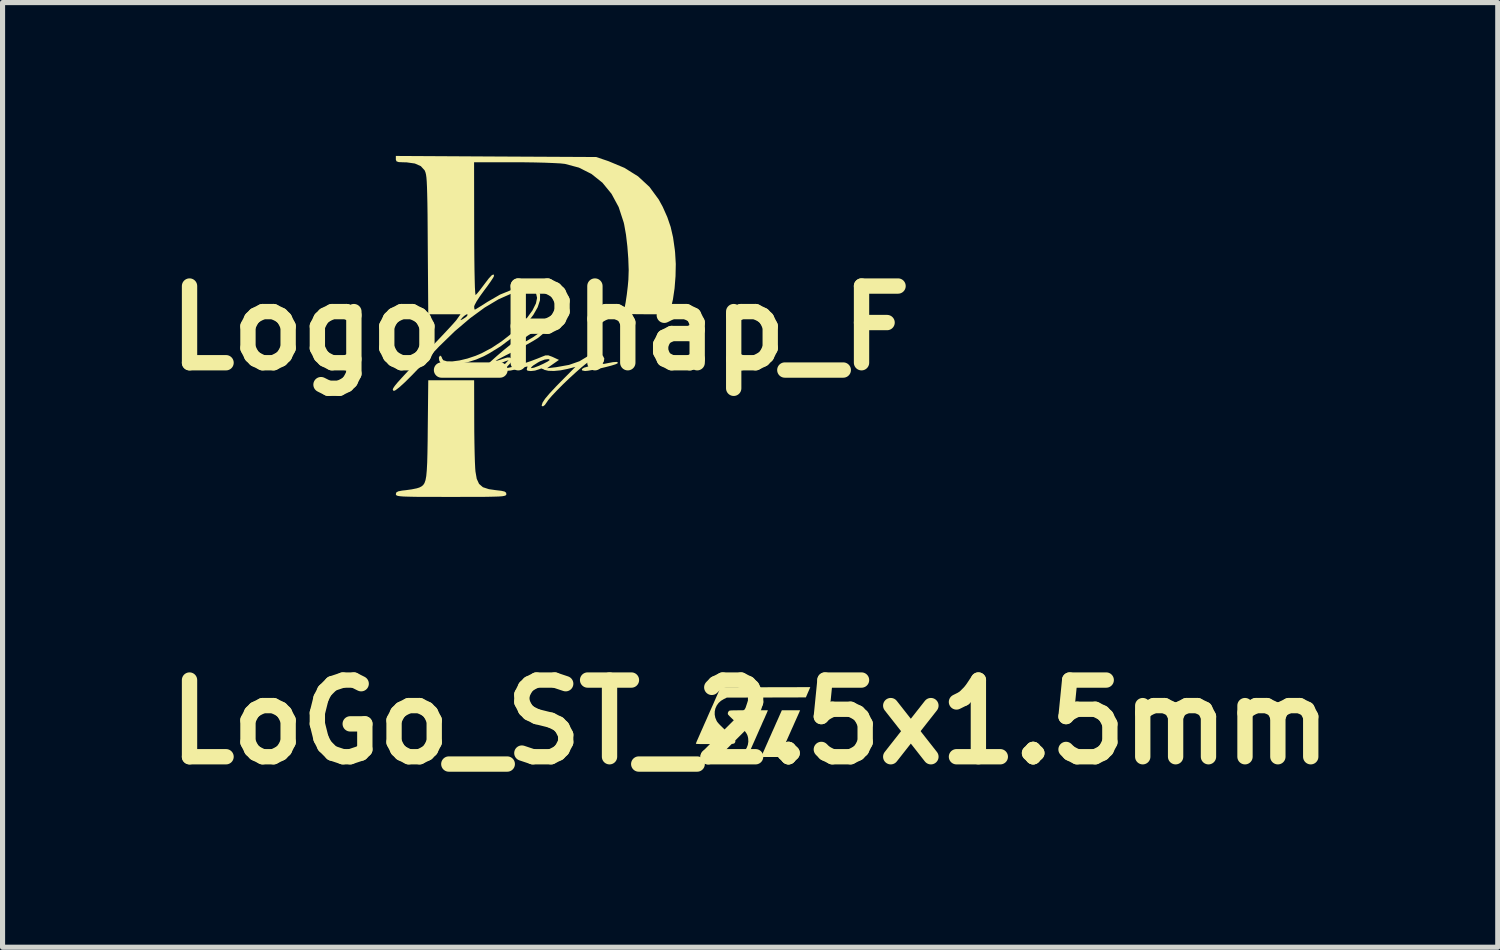
<source format=kicad_pcb>
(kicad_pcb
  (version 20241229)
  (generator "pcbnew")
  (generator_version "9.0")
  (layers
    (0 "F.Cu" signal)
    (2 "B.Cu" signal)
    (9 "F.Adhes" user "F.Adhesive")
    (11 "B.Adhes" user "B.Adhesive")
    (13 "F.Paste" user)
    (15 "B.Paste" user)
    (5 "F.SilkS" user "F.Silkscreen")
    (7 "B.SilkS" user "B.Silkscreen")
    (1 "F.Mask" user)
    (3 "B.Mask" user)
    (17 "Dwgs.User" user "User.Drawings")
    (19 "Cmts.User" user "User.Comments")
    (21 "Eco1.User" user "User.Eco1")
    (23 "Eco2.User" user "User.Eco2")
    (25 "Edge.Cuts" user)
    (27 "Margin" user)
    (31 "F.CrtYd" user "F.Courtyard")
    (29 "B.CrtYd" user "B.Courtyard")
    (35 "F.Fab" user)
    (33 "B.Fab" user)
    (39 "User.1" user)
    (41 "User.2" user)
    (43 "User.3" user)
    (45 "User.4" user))
  (footprint "LoGo_ST_2.5x1.5mm"
    (layer "F.Cu")
    (at 11.621 11.072)
    (property "Reference" "LoGo_ST_2.5x1.5mm" (at 0 0 0) (layer "F.SilkS") (effects (font (size 1.5 1.5) (thickness 0.3))))
    (attr board_only exclude_from_pos_files exclude_from_bom)
    (fp_poly (pts (xy 0.967 -0.207) (xy 0.963 -0.196) (xy 0.953 -0.173) (xy 0.938 -0.14) (xy 0.919 -0.097) (xy 0.896 -0.046) (xy 0.87 0.012) (xy 0.842 0.076) (xy 0.811 0.144) (xy 0.779 0.217) (xy 0.776 0.223) (xy 0.744 0.295) (xy 0.713 0.365) (xy 0.684 0.429) (xy 0.658 0.488) (xy 0.634 0.541) (xy 0.615 0.585) (xy 0.6 0.619) (xy 0.589 0.643) (xy 0.584 0.655) (xy 0.584 0.656) (xy 0.573 0.683) (xy 0.394 0.683) (xy 0.216 0.683) (xy 0.24 0.627) (xy 0.245 0.615) (xy 0.251 0.602) (xy 0.258 0.586) (xy 0.266 0.567) (xy 0.277 0.544) (xy 0.289 0.516) (xy 0.304 0.482) (xy 0.322 0.441) (xy 0.344 0.392) (xy 0.369 0.334) (xy 0.399 0.268) (xy 0.433 0.19) (xy 0.473 0.102) (xy 0.517 0.001) (xy 0.519 -0.002) (xy 0.62 -0.23) (xy 0.799 -0.23) (xy 0.977 -0.23)) (stroke (width 0) (type solid)) (fill yes) (layer "F.SilkS"))
    (fp_poly (pts (xy 0.341 -0.214) (xy 0.336 -0.202) (xy 0.327 -0.18) (xy 0.314 -0.15) (xy 0.298 -0.115) (xy 0.291 -0.097) (xy 0.268 -0.047) (xy 0.243 0.008) (xy 0.217 0.069) (xy 0.188 0.133) (xy 0.159 0.199) (xy 0.13 0.265) (xy 0.101 0.331) (xy 0.073 0.394) (xy 0.046 0.454) (xy 0.022 0.509) (xy 0.001 0.558) (xy -0.017 0.599) (xy -0.031 0.631) (xy -0.041 0.653) (xy -0.045 0.663) (xy -0.052 0.683) (xy -0.148 0.683) (xy -0.183 0.682) (xy -0.213 0.681) (xy -0.234 0.679) (xy -0.244 0.677) (xy -0.244 0.676) (xy -0.239 0.67) (xy -0.223 0.659) (xy -0.204 0.647) (xy -0.148 0.608) (xy -0.103 0.56) (xy -0.068 0.506) (xy -0.045 0.447) (xy -0.035 0.384) (xy -0.038 0.322) (xy -0.043 0.294) (xy -0.05 0.268) (xy -0.06 0.243) (xy -0.074 0.218) (xy -0.092 0.192) (xy -0.117 0.162) (xy -0.149 0.128) (xy -0.189 0.089) (xy -0.238 0.042) (xy -0.275 0.007) (xy -0.314 -0.03) (xy -0.35 -0.064) (xy -0.381 -0.094) (xy -0.406 -0.119) (xy -0.424 -0.138) (xy -0.432 -0.148) (xy -0.433 -0.149) (xy -0.437 -0.173) (xy -0.429 -0.198) (xy -0.415 -0.215) (xy -0.411 -0.219) (xy -0.407 -0.221) (xy -0.4 -0.224) (xy -0.39 -0.225) (xy -0.375 -0.227) (xy -0.354 -0.228) (xy -0.327 -0.229) (xy -0.291 -0.229) (xy -0.246 -0.23) (xy -0.191 -0.23) (xy -0.124 -0.23) (xy -0.044 -0.23) (xy -0.027 -0.23) (xy 0.346 -0.23)) (stroke (width 0) (type solid)) (fill yes) (layer "F.SilkS"))
    (fp_poly (pts (xy 1.133 -0.582) (xy 1.09 -0.482) (xy 0.317 -0.48) (xy -0.456 -0.478) (xy -0.512 -0.451) (xy -0.57 -0.416) (xy -0.618 -0.373) (xy -0.654 -0.322) (xy -0.679 -0.267) (xy -0.692 -0.208) (xy -0.693 -0.146) (xy -0.681 -0.084) (xy -0.655 -0.023) (xy -0.643 -0.003) (xy -0.631 0.011) (xy -0.611 0.035) (xy -0.582 0.065) (xy -0.546 0.1) (xy -0.505 0.14) (xy -0.461 0.183) (xy -0.458 0.185) (xy -0.409 0.231) (xy -0.37 0.269) (xy -0.34 0.299) (xy -0.317 0.323) (xy -0.302 0.342) (xy -0.293 0.358) (xy -0.289 0.37) (xy -0.289 0.381) (xy -0.293 0.392) (xy -0.295 0.397) (xy -0.299 0.404) (xy -0.304 0.41) (xy -0.309 0.416) (xy -0.317 0.42) (xy -0.329 0.423) (xy -0.346 0.426) (xy -0.37 0.428) (xy -0.4 0.429) (xy -0.439 0.43) (xy -0.488 0.43) (xy -0.547 0.431) (xy -0.619 0.431) (xy -0.696 0.431) (xy -0.778 0.431) (xy -0.847 0.431) (xy -0.904 0.431) (xy -0.95 0.431) (xy -0.986 0.43) (xy -1.013 0.429) (xy -1.033 0.428) (xy -1.047 0.427) (xy -1.055 0.425) (xy -1.059 0.423) (xy -1.061 0.421) (xy -1.06 0.418) (xy -1.06 0.416) (xy -1.058 0.411) (xy -1.053 0.4) (xy -1.046 0.383) (xy -1.036 0.359) (xy -1.022 0.328) (xy -1.005 0.289) (xy -0.984 0.241) (xy -0.959 0.184) (xy -0.929 0.117) (xy -0.895 0.039) (xy -0.855 -0.05) (xy -0.811 -0.151) (xy -0.776 -0.23) (xy -0.751 -0.287) (xy -0.723 -0.348) (xy -0.696 -0.411) (xy -0.67 -0.47) (xy -0.647 -0.522) (xy -0.638 -0.542) (xy -0.577 -0.679) (xy 0.3 -0.681) (xy 1.177 -0.683)) (stroke (width 0) (type solid)) (fill yes) (layer "F.SilkS")))
  (footprint "Logo_Phap_F"
    (layer "F.Cu")
    (at 7.514 3.366)
    (property "Reference" "Logo_Phap_F" (at 0 0 0) (layer "F.SilkS") (effects (font (size 1.5 1.5) (thickness 0.3))))
    (attr board_only exclude_from_pos_files exclude_from_bom)
    (fp_poly (pts (xy -1.289 1.809) (xy -1.288 2.034) (xy -1.285 2.25) (xy -1.281 2.447) (xy -1.276 2.614) (xy -1.27 2.741) (xy -1.265 2.804) (xy -1.24 2.949) (xy -1.194 3.049) (xy -1.119 3.113) (xy -1.003 3.151) (xy -0.871 3.17) (xy -0.759 3.183) (xy -0.695 3.198) (xy -0.666 3.22) (xy -0.661 3.246) (xy -0.663 3.261) (xy -0.674 3.273) (xy -0.699 3.282) (xy -0.744 3.29) (xy -0.815 3.295) (xy -0.917 3.298) (xy -1.056 3.301) (xy -1.239 3.302) (xy -1.471 3.302) (xy -1.741 3.303) (xy -2.025 3.302) (xy -2.254 3.302) (xy -2.434 3.301) (xy -2.572 3.298) (xy -2.672 3.295) (xy -2.742 3.289) (xy -2.786 3.282) (xy -2.81 3.272) (xy -2.82 3.26) (xy -2.822 3.247) (xy -2.813 3.215) (xy -2.776 3.194) (xy -2.7 3.179) (xy -2.627 3.171) (xy -2.513 3.155) (xy -2.414 3.135) (xy -2.36 3.118) (xy -2.32 3.097) (xy -2.288 3.071) (xy -2.262 3.032) (xy -2.242 2.975) (xy -2.227 2.894) (xy -2.217 2.782) (xy -2.209 2.633) (xy -2.204 2.442) (xy -2.2 2.201) (xy -2.198 1.974) (xy -2.188 1.021) (xy -1.739 1.021) (xy -1.291 1.021)) (stroke (width 0) (type solid)) (fill yes) (layer "F.SilkS"))
    (fp_poly (pts (xy 0.159 -0.071) (xy 0.162 -0.03) (xy 0.126 0.034) (xy 0.059 0.109) (xy -0.028 0.183) (xy -0.056 0.203) (xy -0.139 0.254) (xy -0.259 0.322) (xy -0.401 0.397) (xy -0.533 0.464) (xy -0.661 0.528) (xy -0.766 0.583) (xy -0.84 0.622) (xy -0.87 0.642) (xy -0.871 0.642) (xy -0.845 0.639) (xy -0.781 0.62) (xy -0.737 0.605) (xy -0.647 0.577) (xy -0.593 0.576) (xy -0.566 0.593) (xy -0.55 0.628) (xy -0.574 0.676) (xy -0.602 0.709) (xy -0.676 0.788) (xy -0.57 0.766) (xy -0.468 0.74) (xy -0.332 0.697) (xy -0.184 0.647) (xy -0.047 0.595) (xy 0.031 0.563) (xy 0.103 0.535) (xy 0.16 0.534) (xy 0.232 0.56) (xy 0.252 0.569) (xy 0.368 0.623) (xy 0.252 0.704) (xy 0.135 0.786) (xy 0.311 0.766) (xy 0.564 0.721) (xy 0.77 0.649) (xy 0.911 0.564) (xy 0.988 0.51) (xy 1.033 0.497) (xy 1.051 0.51) (xy 1.09 0.533) (xy 1.108 0.527) (xy 1.173 0.513) (xy 1.227 0.542) (xy 1.255 0.596) (xy 1.245 0.658) (xy 1.227 0.682) (xy 1.22 0.701) (xy 1.26 0.699) (xy 1.31 0.689) (xy 1.425 0.667) (xy 1.498 0.662) (xy 1.522 0.676) (xy 1.513 0.691) (xy 1.472 0.71) (xy 1.388 0.736) (xy 1.276 0.765) (xy 1.152 0.794) (xy 1.033 0.818) (xy 0.934 0.835) (xy 0.878 0.84) (xy 0.822 0.829) (xy 0.816 0.803) (xy 0.858 0.775) (xy 0.893 0.765) (xy 0.978 0.739) (xy 1.065 0.703) (xy 1.135 0.663) (xy 1.17 0.631) (xy 1.171 0.626) (xy 1.147 0.603) (xy 1.081 0.609) (xy 0.985 0.643) (xy 0.965 0.652) (xy 0.903 0.692) (xy 0.81 0.768) (xy 0.696 0.868) (xy 0.57 0.983) (xy 0.444 1.104) (xy 0.327 1.222) (xy 0.228 1.327) (xy 0.158 1.409) (xy 0.131 1.449) (xy 0.092 1.505) (xy 0.055 1.532) (xy 0.032 1.523) (xy 0.031 1.509) (xy 0.048 1.457) (xy 0.098 1.381) (xy 0.185 1.278) (xy 0.311 1.143) (xy 0.4 1.052) (xy 0.689 0.76) (xy 0.533 0.8) (xy 0.4 0.827) (xy 0.27 0.839) (xy 0.16 0.836) (xy 0.085 0.818) (xy 0.069 0.808) (xy 0.023 0.79) (xy -0.025 0.808) (xy -0.1 0.832) (xy -0.181 0.841) (xy -0.247 0.834) (xy -0.263 0.809) (xy -0.259 0.796) (xy -0.252 0.771) (xy -0.178 0.771) (xy -0.17 0.784) (xy -0.117 0.774) (xy -0.023 0.738) (xy 0.06 0.7) (xy 0.147 0.655) (xy 0.185 0.628) (xy 0.179 0.613) (xy 0.157 0.608) (xy 0.09 0.616) (xy -0.000342 0.65) (xy -0.046 0.675) (xy -0.138 0.734) (xy -0.178 0.771) (xy -0.252 0.771) (xy -0.248 0.757) (xy -0.249 0.751) (xy -0.279 0.758) (xy -0.35 0.777) (xy -0.42 0.796) (xy -0.578 0.831) (xy -0.684 0.839) (xy -0.738 0.821) (xy -0.74 0.775) (xy -0.688 0.703) (xy -0.683 0.698) (xy -0.616 0.627) (xy -0.697 0.657) (xy -0.769 0.688) (xy -0.868 0.734) (xy -0.932 0.766) (xy -1.039 0.815) (xy -1.097 0.829) (xy -1.106 0.809) (xy -1.068 0.755) (xy -0.981 0.667) (xy -0.846 0.546) (xy -0.706 0.426) (xy -0.651 0.382) (xy -0.529 0.382) (xy -0.48 0.364) (xy -0.381 0.315) (xy -0.254 0.247) (xy -0.14 0.18) (xy -0.041 0.111) (xy 0.035 0.048) (xy 0.076 0.000316) (xy 0.078 -0.022) (xy 0.044 -0.017) (xy -0.027 0.017) (xy -0.125 0.074) (xy -0.238 0.146) (xy -0.355 0.228) (xy -0.383 0.249) (xy -0.48 0.324) (xy -0.529 0.368) (xy -0.529 0.382) (xy -0.651 0.382) (xy -0.486 0.248) (xy -0.292 0.107) (xy -0.128 0.002) (xy 0.004 -0.063) (xy 0.101 -0.088)) (stroke (width 0) (type solid)) (fill yes) (layer "F.SilkS"))
    (fp_poly (pts (xy -0.863 -3.355) (xy 1.096 -3.345) (xy 1.336 -3.264) (xy 1.649 -3.133) (xy 1.915 -2.967) (xy 2.138 -2.761) (xy 2.318 -2.516) (xy 2.397 -2.372) (xy 2.487 -2.17) (xy 2.553 -1.977) (xy 2.6 -1.772) (xy 2.634 -1.532) (xy 2.64 -1.473) (xy 2.653 -1.253) (xy 2.648 -1.013) (xy 2.629 -0.775) (xy 2.597 -0.559) (xy 2.566 -0.428) (xy 2.52 -0.27) (xy 2.068 -0.27) (xy 1.892 -0.271) (xy 1.768 -0.274) (xy 1.688 -0.28) (xy 1.645 -0.289) (xy 1.63 -0.303) (xy 1.631 -0.313) (xy 1.651 -0.388) (xy 1.673 -0.507) (xy 1.695 -0.654) (xy 1.714 -0.815) (xy 1.726 -0.946) (xy 1.732 -1.134) (xy 1.724 -1.359) (xy 1.706 -1.597) (xy 1.679 -1.826) (xy 1.644 -2.023) (xy 1.634 -2.066) (xy 1.536 -2.366) (xy 1.396 -2.625) (xy 1.218 -2.843) (xy 1.004 -3.014) (xy 0.758 -3.138) (xy 0.482 -3.211) (xy 0.48 -3.211) (xy 0.397 -3.22) (xy 0.263 -3.227) (xy 0.091 -3.234) (xy -0.109 -3.239) (xy -0.326 -3.242) (xy -0.503 -3.242) (xy -1.292 -3.243) (xy -1.29 -1.935) (xy -1.289 -1.641) (xy -1.287 -1.376) (xy -1.284 -1.144) (xy -1.28 -0.95) (xy -1.276 -0.8) (xy -1.27 -0.698) (xy -1.264 -0.649) (xy -1.262 -0.645) (xy -1.232 -0.676) (xy -1.178 -0.742) (xy -1.11 -0.832) (xy -1.092 -0.856) (xy -1.005 -0.97) (xy -0.945 -1.034) (xy -0.911 -1.049) (xy -0.901 -1.021) (xy -0.918 -0.986) (xy -0.965 -0.914) (xy -1.033 -0.818) (xy -1.096 -0.734) (xy -1.176 -0.624) (xy -1.241 -0.525) (xy -1.281 -0.451) (xy -1.291 -0.419) (xy -1.285 -0.371) (xy -1.277 -0.36) (xy -1.247 -0.376) (xy -1.18 -0.417) (xy -1.086 -0.476) (xy -1.035 -0.509) (xy -0.783 -0.655) (xy -0.549 -0.75) (xy -0.323 -0.799) (xy -0.285 -0.802) (xy -0.18 -0.808) (xy -0.115 -0.801) (xy -0.071 -0.777) (xy -0.047 -0.753) (xy -0.001 -0.66) (xy -0.003 -0.543) (xy -0.048 -0.407) (xy -0.133 -0.258) (xy -0.253 -0.102) (xy -0.404 0.057) (xy -0.581 0.213) (xy -0.779 0.361) (xy -0.995 0.494) (xy -1.103 0.552) (xy -1.252 0.616) (xy -1.414 0.667) (xy -1.575 0.703) (xy -1.722 0.721) (xy -1.844 0.72) (xy -1.928 0.698) (xy -1.946 0.685) (xy -1.974 0.634) (xy -1.98 0.578) (xy -1.962 0.543) (xy -1.952 0.54) (xy -1.925 0.565) (xy -1.922 0.585) (xy -1.895 0.629) (xy -1.823 0.651) (xy -1.714 0.652) (xy -1.578 0.634) (xy -1.424 0.597) (xy -1.262 0.543) (xy -1.147 0.494) (xy -0.947 0.388) (xy -0.752 0.259) (xy -0.567 0.114) (xy -0.4 -0.04) (xy -0.259 -0.195) (xy -0.15 -0.345) (xy -0.082 -0.482) (xy -0.06 -0.59) (xy -0.08 -0.679) (xy -0.14 -0.73) (xy -0.246 -0.743) (xy -0.325 -0.736) (xy -0.557 -0.676) (xy -0.811 -0.564) (xy -1.083 -0.402) (xy -1.37 -0.192) (xy -1.669 0.062) (xy -1.975 0.359) (xy -2.172 0.567) (xy -2.351 0.761) (xy -2.51 0.926) (xy -2.645 1.06) (xy -2.752 1.157) (xy -2.827 1.215) (xy -2.863 1.231) (xy -2.882 1.208) (xy -2.882 1.202) (xy -2.873 1.176) (xy -2.843 1.131) (xy -2.789 1.065) (xy -2.706 0.973) (xy -2.593 0.851) (xy -2.445 0.697) (xy -2.259 0.504) (xy -2.192 0.435) (xy -2.047 0.286) (xy -1.913 0.145) (xy -1.796 0.02) (xy -1.704 -0.08) (xy -1.643 -0.15) (xy -1.634 -0.161) (xy -1.557 -0.161) (xy -1.553 -0.155) (xy -1.51 -0.176) (xy -1.452 -0.214) (xy -1.426 -0.24) (xy -1.419 -0.269) (xy -1.444 -0.266) (xy -1.488 -0.236) (xy -1.519 -0.206) (xy -1.557 -0.161) (xy -1.634 -0.161) (xy -1.626 -0.173) (xy -1.557 -0.27) (xy -1.873 -0.27) (xy -2.188 -0.27) (xy -2.198 -1.629) (xy -2.2 -1.953) (xy -2.202 -2.223) (xy -2.205 -2.443) (xy -2.209 -2.62) (xy -2.213 -2.759) (xy -2.218 -2.865) (xy -2.224 -2.944) (xy -2.232 -3.001) (xy -2.242 -3.042) (xy -2.254 -3.073) (xy -2.259 -3.084) (xy -2.333 -3.166) (xy -2.45 -3.218) (xy -2.614 -3.241) (xy -2.68 -3.242) (xy -2.767 -3.246) (xy -2.809 -3.261) (xy -2.822 -3.293) (xy -2.822 -3.304) (xy -2.822 -3.366)) (stroke (width 0) (type solid)) (fill yes) (layer "F.SilkS")))
  (gr_rect
    (start -3 -3)
    (end 26.243 15.476)
    (stroke (width 0.1) (type default))
    (fill no)
    (layer "Edge.Cuts")))
</source>
